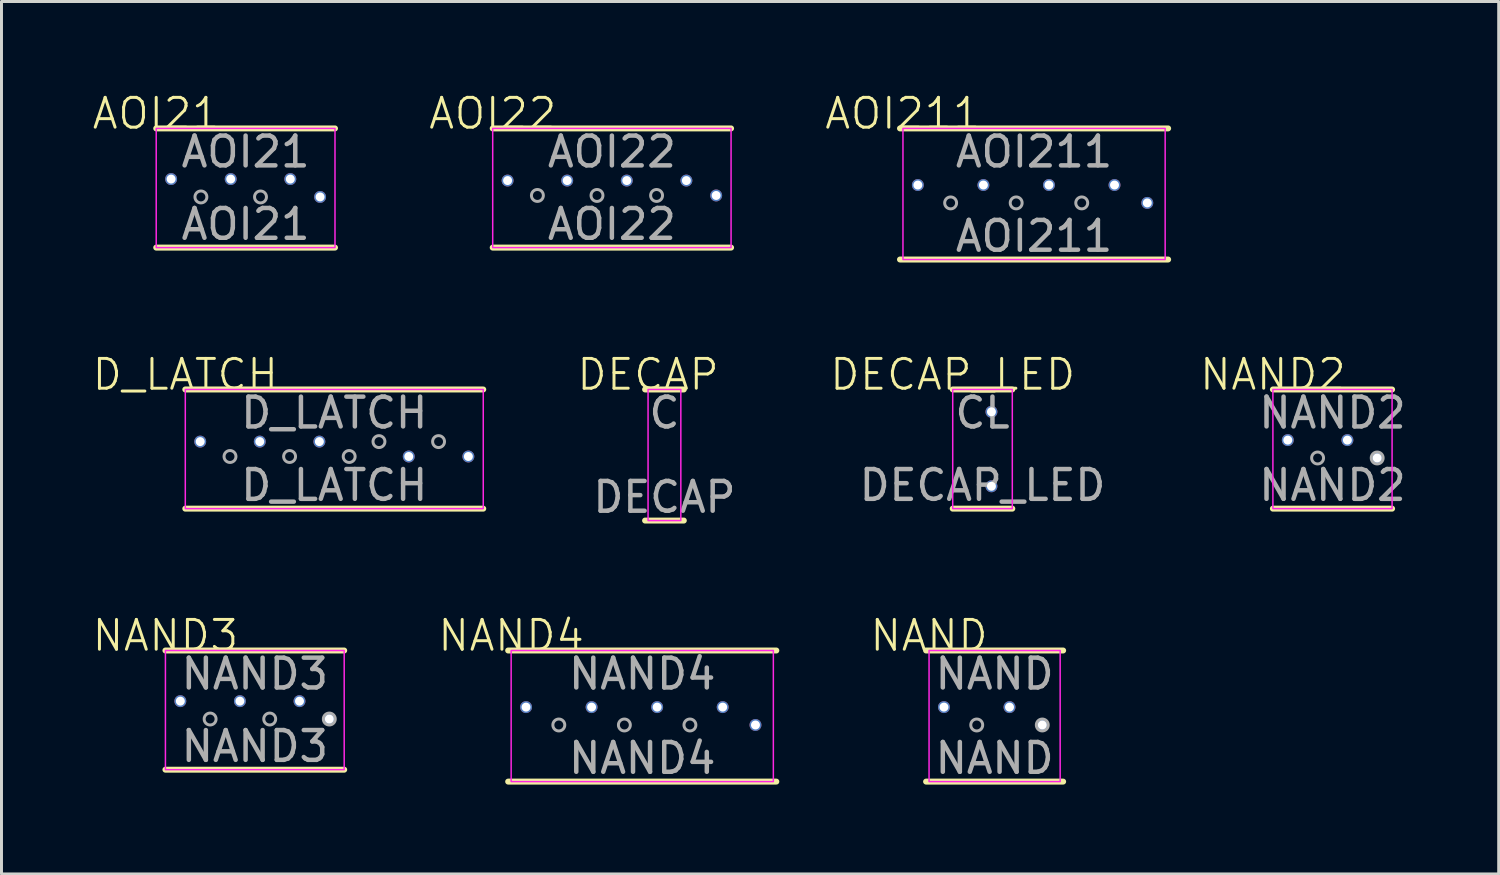
<source format=kicad_pcb>
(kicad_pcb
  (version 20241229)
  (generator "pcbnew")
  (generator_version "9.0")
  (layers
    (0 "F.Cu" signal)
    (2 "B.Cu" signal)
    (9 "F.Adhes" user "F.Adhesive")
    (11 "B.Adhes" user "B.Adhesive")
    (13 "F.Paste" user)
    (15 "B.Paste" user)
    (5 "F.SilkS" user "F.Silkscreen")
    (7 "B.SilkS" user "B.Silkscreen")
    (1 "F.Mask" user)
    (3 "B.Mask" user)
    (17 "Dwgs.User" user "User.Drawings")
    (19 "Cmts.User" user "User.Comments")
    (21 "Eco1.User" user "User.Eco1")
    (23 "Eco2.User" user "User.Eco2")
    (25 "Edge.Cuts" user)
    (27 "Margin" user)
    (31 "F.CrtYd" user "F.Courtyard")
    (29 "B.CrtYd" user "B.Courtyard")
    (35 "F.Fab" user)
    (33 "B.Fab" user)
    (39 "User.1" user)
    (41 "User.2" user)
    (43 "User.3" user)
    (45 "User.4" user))
  (footprint "AOI21"
    (layer "F.Cu")
    (at 2.193 1.26)
    (property "Reference" "AOI21" (at 0 -0.5 0) (unlocked yes) (layer "F.SilkS") (effects (font (size 1 1) (thickness 0.1))))
    (attr smd)
    (fp_line (start 0 0) (end 6 0) (stroke (width 0.2) (type solid)) (layer "F.SilkS"))
    (fp_line (start 0 4) (end 6 4) (stroke (width 0.2) (type solid)) (layer "F.SilkS"))
    (fp_rect (start 0 0) (end 6 4) (stroke (width 0.05) (type solid)) (fill no) (layer "F.CrtYd"))
    (fp_circle (center 1.5 2.3) (end 1.7 2.3) (stroke (width 0.1) (type default)) (fill no) (layer "F.Fab"))
    (fp_circle (center 3.5 2.3) (end 3.7 2.3) (stroke (width 0.1) (type solid)) (fill no) (layer "F.Fab"))
    (fp_text user "AOI21" (at 3 0.2 0) (unlocked yes) (layer "F.Fab") (effects (font (size 1 1) (thickness 0.15)) (justify top)))
    (fp_text user "${REFERENCE}" (at 3 3.8 0) (unlocked yes) (layer "F.Fab") (effects (font (size 1 1) (thickness 0.15)) (justify bottom)))
    (pad "A" thru_hole circle (at 0.5 1.7) (size 0.4 0.4) (drill 0.3) (layers "*.Cu" "*.Mask"))
    (pad "B1" thru_hole circle (at 2.5 1.7) (size 0.4 0.4) (drill 0.3) (layers "*.Cu" "*.Mask"))
    (pad "B2" thru_hole circle (at 4.5 1.7) (size 0.4 0.4) (drill 0.3) (layers "*.Cu" "*.Mask"))
    (pad "Y" thru_hole circle (at 5.5 2.3) (size 0.4 0.4) (drill 0.3) (layers "*.Cu" "*.Mask")))
  (footprint "AOI22"
    (layer "F.Cu")
    (at 13.486 1.26)
    (property "Reference" "AOI22" (at 0 -0.5 0) (unlocked yes) (layer "F.SilkS") (effects (font (size 1 1) (thickness 0.1))))
    (attr smd)
    (fp_line (start 0 0) (end 8 0) (stroke (width 0.2) (type solid)) (layer "F.SilkS"))
    (fp_line (start 0 4) (end 8 4) (stroke (width 0.2) (type solid)) (layer "F.SilkS"))
    (fp_rect (start 0 0) (end 8 4) (stroke (width 0.05) (type solid)) (fill no) (layer "F.CrtYd"))
    (fp_circle (center 1.5 2.25) (end 1.7 2.25) (stroke (width 0.1) (type solid)) (fill no) (layer "F.Fab"))
    (fp_circle (center 3.5 2.25) (end 3.7 2.25) (stroke (width 0.1) (type solid)) (fill no) (layer "F.Fab"))
    (fp_circle (center 5.5 2.25) (end 5.7 2.25) (stroke (width 0.1) (type solid)) (fill no) (layer "F.Fab"))
    (fp_text user "${REFERENCE}" (at 4 3.8 0) (unlocked yes) (layer "F.Fab") (effects (font (size 1 1) (thickness 0.15)) (justify bottom)))
    (fp_text user "AOI22" (at 4 0.2 0) (unlocked yes) (layer "F.Fab") (effects (font (size 1 1) (thickness 0.15)) (justify top)))
    (pad "A1" thru_hole circle (at 0.5 1.75) (size 0.4 0.4) (drill 0.3) (layers "*.Cu" "*.Mask"))
    (pad "A2" thru_hole circle (at 2.5 1.75) (size 0.4 0.4) (drill 0.3) (layers "*.Cu" "*.Mask"))
    (pad "B1" thru_hole circle (at 4.5 1.75) (size 0.4 0.4) (drill 0.3) (layers "*.Cu" "*.Mask"))
    (pad "B2" thru_hole circle (at 6.5 1.75) (size 0.4 0.4) (drill 0.3) (layers "*.Cu" "*.Mask"))
    (pad "Y" thru_hole circle (at 7.5 2.25) (size 0.4 0.4) (drill 0.3) (layers "*.Cu" "*.Mask")))
  (footprint "NAND4"
    (layer "F.Cu")
    (at 14.105 18.782)
    (property "Reference" "NAND4" (at 0 -0.5 0) (unlocked yes) (layer "F.SilkS") (effects (font (size 1 1) (thickness 0.1))))
    (attr smd)
    (fp_line (start -0.1 0) (end 8.9 0) (stroke (width 0.2) (type solid)) (layer "F.SilkS"))
    (fp_line (start -0.1 4.4) (end 8.9 4.4) (stroke (width 0.2) (type solid)) (layer "F.SilkS"))
    (fp_rect (start 0 0) (end 8.8 4.4) (stroke (width 0.05) (type solid)) (fill no) (layer "F.CrtYd"))
    (fp_circle (center 1.6 2.5) (end 1.8 2.5) (stroke (width 0.1) (type default)) (fill no) (layer "F.Fab"))
    (fp_circle (center 3.8 2.5) (end 4 2.5) (stroke (width 0.1) (type solid)) (fill no) (layer "F.Fab"))
    (fp_circle (center 6 2.5) (end 6.2 2.5) (stroke (width 0.1) (type solid)) (fill no) (layer "F.Fab"))
    (fp_text user "NAND4" (at 4.4 0.2 0) (unlocked yes) (layer "F.Fab") (effects (font (size 1 1) (thickness 0.15)) (justify top)))
    (fp_text user "${REFERENCE}" (at 4.4 4.2 0) (unlocked yes) (layer "F.Fab") (effects (font (size 1 1) (thickness 0.15)) (justify bottom)))
    (pad "A1" thru_hole circle (at 0.5 1.9) (size 0.4 0.4) (drill 0.3) (layers "*.Cu" "*.Mask"))
    (pad "A2" thru_hole circle (at 2.7 1.9) (size 0.4 0.4) (drill 0.3) (layers "*.Cu" "*.Mask"))
    (pad "A3" thru_hole circle (at 4.9 1.9) (size 0.4 0.4) (drill 0.3) (layers "*.Cu" "*.Mask"))
    (pad "A4" thru_hole circle (at 7.1 1.9) (size 0.4 0.4) (drill 0.3) (layers "*.Cu" "*.Mask"))
    (pad "Y" thru_hole circle (at 8.2 2.5) (size 0.4 0.4) (drill 0.3) (layers "*.Cu" "*.Mask")))
  (footprint "DECAP_LED"
    (layer "F.Cu")
    (at 28.925 10.021)
    (property "Reference" "DECAP_LED" (at 0 -0.5 0) (unlocked yes) (layer "F.SilkS") (effects (font (size 1 1) (thickness 0.1))))
    (attr smd)
    (fp_line (start 0 0) (end 2 0) (stroke (width 0.2) (type solid)) (layer "F.SilkS"))
    (fp_line (start 0 4) (end 2 4) (stroke (width 0.2) (type solid)) (layer "F.SilkS"))
    (fp_rect (start 0 0) (end 2 4) (stroke (width 0.05) (type solid)) (fill no) (layer "F.CrtYd"))
    (fp_text user "CL" (at 1 0.2 0) (unlocked yes) (layer "F.Fab") (effects (font (size 1 1) (thickness 0.15)) (justify top)))
    (fp_text user "${REFERENCE}" (at 1 3.8 0) (unlocked yes) (layer "F.Fab") (effects (font (size 1 1) (thickness 0.15)) (justify bottom)))
    (pad "A" thru_hole circle (at 1.3 0.75) (size 0.4 0.4) (drill 0.3) (layers "*.Cu" "*.Mask"))
    (pad "LED_GND" thru_hole circle (at 1.3 3.25) (size 0.4 0.4) (drill 0.3) (layers "*.Cu" "*.Mask")))
  (footprint "NAND2"
    (layer "F.Cu")
    (at 39.671 10.021)
    (property "Reference" "NAND2" (at 0 -0.5 0) (unlocked yes) (layer "F.SilkS") (effects (font (size 1 1) (thickness 0.1))))
    (attr smd)
    (fp_line (start 0 0) (end 4 0) (stroke (width 0.2) (type default)) (layer "F.SilkS"))
    (fp_line (start 0 4) (end 4 4) (stroke (width 0.2) (type default)) (layer "F.SilkS"))
    (fp_rect (start 0 0) (end 4 4) (stroke (width 0.05) (type default)) (fill no) (layer "F.CrtYd"))
    (fp_circle (center 1.5 2.3) (end 1.7 2.3) (stroke (width 0.1) (type default)) (fill no) (layer "F.Fab"))
    (fp_circle (center 3.5 2.3) (end 3.7 2.3) (stroke (width 0.1) (type solid)) (fill no) (layer "F.Fab"))
    (fp_text user "NAND2" (at 2 0.2 0) (unlocked yes) (layer "F.Fab") (effects (font (size 1 1) (thickness 0.15)) (justify top)))
    (fp_text user "${REFERENCE}" (at 2 3.8 0) (unlocked yes) (layer "F.Fab") (effects (font (size 1 1) (thickness 0.15)) (justify bottom)))
    (pad "A1" thru_hole circle (at 0.5 1.7) (size 0.4 0.4) (drill 0.3) (layers "*.Cu" "*.Mask"))
    (pad "A2" thru_hole circle (at 2.5 1.7) (size 0.4 0.4) (drill 0.3) (layers "*.Cu" "*.Mask"))
    (pad "Y" thru_hole circle (at 3.5 2.3) (size 0.4 0.4) (drill 0.3) (layers "*.Cu" "*.Mask")))
  (footprint "NAND"
    (layer "F.Cu")
    (at 28.131 18.782)
    (property "Reference" "NAND" (at 0 -0.5 0) (unlocked yes) (layer "F.SilkS") (effects (font (size 1 1) (thickness 0.1))))
    (attr smd)
    (fp_line (start -0.1 0) (end 4.5 0) (stroke (width 0.2) (type default)) (layer "F.SilkS"))
    (fp_line (start -0.1 4.4) (end 4.5 4.4) (stroke (width 0.2) (type default)) (layer "F.SilkS"))
    (fp_rect (start 0 0) (end 4.4 4.4) (stroke (width 0.05) (type default)) (fill no) (layer "F.CrtYd"))
    (fp_circle (center 1.6 2.5) (end 1.8 2.5) (stroke (width 0.1) (type default)) (fill no) (layer "F.Fab"))
    (fp_circle (center 3.8 2.5) (end 4 2.5) (stroke (width 0.1) (type solid)) (fill no) (layer "F.Fab"))
    (fp_text user "NAND" (at 2.2 0.2 0) (unlocked yes) (layer "F.Fab") (effects (font (size 1 1) (thickness 0.15)) (justify top)))
    (fp_text user "${REFERENCE}" (at 2.2 4.2 0) (unlocked yes) (layer "F.Fab") (effects (font (size 1 1) (thickness 0.15)) (justify bottom)))
    (pad "A" thru_hole circle (at 0.5 1.9) (size 0.4 0.4) (drill 0.3) (layers "*.Cu" "*.Mask"))
    (pad "B" thru_hole circle (at 2.7 1.9) (size 0.4 0.4) (drill 0.3) (layers "*.Cu" "*.Mask"))
    (pad "Y" thru_hole circle (at 3.8 2.5) (size 0.4 0.4) (drill 0.3) (layers "*.Cu" "*.Mask")))
  (footprint "AOI211"
    (layer "F.Cu")
    (at 27.255 1.26)
    (property "Reference" "AOI211" (at 0 -0.5 0) (unlocked yes) (layer "F.SilkS") (effects (font (size 1 1) (thickness 0.1))))
    (attr smd)
    (fp_line (start -0.1 0) (end 8.9 0) (stroke (width 0.2) (type solid)) (layer "F.SilkS"))
    (fp_line (start -0.1 4.4) (end 8.9 4.4) (stroke (width 0.2) (type solid)) (layer "F.SilkS"))
    (fp_rect (start 0 0) (end 8.8 4.4) (stroke (width 0.05) (type solid)) (fill no) (layer "F.CrtYd"))
    (fp_circle (center 1.6 2.5) (end 1.8 2.5) (stroke (width 0.1) (type solid)) (fill no) (layer "F.Fab"))
    (fp_circle (center 3.8 2.5) (end 4 2.5) (stroke (width 0.1) (type solid)) (fill no) (layer "F.Fab"))
    (fp_circle (center 6 2.5) (end 6.2 2.5) (stroke (width 0.1) (type solid)) (fill no) (layer "F.Fab"))
    (fp_text user "AOI211" (at 4.4 0.2 0) (unlocked yes) (layer "F.Fab") (effects (font (size 1 1) (thickness 0.15)) (justify top)))
    (fp_text user "${REFERENCE}" (at 4.4 4.2 0) (unlocked yes) (layer "F.Fab") (effects (font (size 1 1) (thickness 0.15)) (justify bottom)))
    (pad "A" thru_hole circle (at 0.5 1.9) (size 0.4 0.4) (drill 0.3) (layers "*.Cu" "*.Mask"))
    (pad "B" thru_hole circle (at 2.7 1.9) (size 0.4 0.4) (drill 0.3) (layers "*.Cu" "*.Mask"))
    (pad "C1" thru_hole circle (at 4.9 1.9) (size 0.4 0.4) (drill 0.3) (layers "*.Cu" "*.Mask"))
    (pad "C2" thru_hole circle (at 7.1 1.9) (size 0.4 0.4) (drill 0.3) (layers "*.Cu" "*.Mask"))
    (pad "Y" thru_hole circle (at 8.2 2.5) (size 0.4 0.4) (drill 0.3) (layers "*.Cu" "*.Mask")))
  (footprint "D_LATCH"
    (layer "F.Cu")
    (at 3.169 10.021)
    (property "Reference" "D_LATCH" (at 0 -0.5 0) (unlocked yes) (layer "F.SilkS") (effects (font (size 1 1) (thickness 0.1))))
    (attr smd)
    (fp_line (start 0 0) (end 10 0) (stroke (width 0.2) (type solid)) (layer "F.SilkS"))
    (fp_line (start 0 4) (end 10 4) (stroke (width 0.2) (type solid)) (layer "F.SilkS"))
    (fp_rect (start 0 0) (end 10 4) (stroke (width 0.05) (type solid)) (fill no) (layer "F.CrtYd"))
    (fp_circle (center 1.5 2.25) (end 1.7 2.25) (stroke (width 0.1) (type default)) (fill no) (layer "F.Fab"))
    (fp_circle (center 3.5 2.25) (end 3.7 2.25) (stroke (width 0.1) (type solid)) (fill no) (layer "F.Fab"))
    (fp_circle (center 5.5 2.25) (end 5.7 2.25) (stroke (width 0.1) (type solid)) (fill no) (layer "F.Fab"))
    (fp_circle (center 6.5 1.75) (end 6.7 1.75) (stroke (width 0.1) (type solid)) (fill no) (layer "F.Fab"))
    (fp_circle (center 8.5 1.75) (end 8.7 1.75) (stroke (width 0.1) (type solid)) (fill no) (layer "F.Fab"))
    (fp_text user "D_LATCH" (at 5 0.2 0) (unlocked yes) (layer "F.Fab") (effects (font (size 1 1) (thickness 0.15)) (justify top)))
    (fp_text user "${REFERENCE}" (at 5 3.8 0) (unlocked yes) (layer "F.Fab") (effects (font (size 1 1) (thickness 0.15)) (justify bottom)))
    (pad "CLK" thru_hole circle (at 2.5 1.75) (size 0.4 0.4) (drill 0.3) (layers "*.Cu" "*.Mask"))
    (pad "D" thru_hole circle (at 0.5 1.75) (size 0.4 0.4) (drill 0.3) (layers "*.Cu" "*.Mask"))
    (pad "Q" thru_hole circle (at 9.5 2.25) (size 0.4 0.4) (drill 0.3) (layers "*.Cu" "*.Mask"))
    (pad "nCLK" thru_hole circle (at 4.5 1.75) (size 0.4 0.4) (drill 0.3) (layers "*.Cu" "*.Mask"))
    (pad "nQ" thru_hole circle (at 7.5 2.25) (size 0.4 0.4) (drill 0.3) (layers "*.Cu" "*.Mask")))
  (footprint "NAND3"
    (layer "F.Cu")
    (at 2.502 18.782)
    (property "Reference" "NAND3" (at 0 -0.5 0) (unlocked yes) (layer "F.SilkS") (effects (font (size 1 1) (thickness 0.1))))
    (attr smd)
    (fp_line (start 0 0) (end 6 0) (stroke (width 0.2) (type solid)) (layer "F.SilkS"))
    (fp_line (start 0 4) (end 6 4) (stroke (width 0.2) (type solid)) (layer "F.SilkS"))
    (fp_rect (start 0 0) (end 6 4) (stroke (width 0.05) (type solid)) (fill no) (layer "F.CrtYd"))
    (fp_circle (center 1.5 2.3) (end 1.7 2.3) (stroke (width 0.1) (type default)) (fill no) (layer "F.Fab"))
    (fp_circle (center 3.5 2.3) (end 3.7 2.3) (stroke (width 0.1) (type solid)) (fill no) (layer "F.Fab"))
    (fp_circle (center 5.5 2.3) (end 5.7 2.3) (stroke (width 0.1) (type solid)) (fill no) (layer "F.Fab"))
    (fp_text user "${REFERENCE}" (at 3 3.8 0) (unlocked yes) (layer "F.Fab") (effects (font (size 1 1) (thickness 0.15)) (justify bottom)))
    (fp_text user "NAND3" (at 3 0.2 0) (unlocked yes) (layer "F.Fab") (effects (font (size 1 1) (thickness 0.15)) (justify top)))
    (pad "A1" thru_hole circle (at 0.5 1.7) (size 0.4 0.4) (drill 0.3) (layers "*.Cu" "*.Mask"))
    (pad "A2" thru_hole circle (at 2.5 1.7) (size 0.4 0.4) (drill 0.3) (layers "*.Cu" "*.Mask"))
    (pad "A3" thru_hole circle (at 4.5 1.7) (size 0.4 0.4) (drill 0.3) (layers "*.Cu" "*.Mask"))
    (pad "Y" thru_hole circle (at 5.5 2.3) (size 0.4 0.4) (drill 0.3) (layers "*.Cu" "*.Mask")))
  (footprint "DECAP"
    (layer "F.Cu")
    (at 18.7 10.021)
    (property "Reference" "DECAP" (at 0 -0.5 0) (unlocked yes) (layer "F.SilkS") (effects (font (size 1 1) (thickness 0.1))))
    (attr smd)
    (fp_line (start -0.1 0) (end 1.2 0) (stroke (width 0.2) (type solid)) (layer "F.SilkS"))
    (fp_line (start -0.1 4.4) (end 1.2 4.4) (stroke (width 0.2) (type solid)) (layer "F.SilkS"))
    (fp_rect (start 0 0) (end 1.1 4.4) (stroke (width 0.05) (type solid)) (fill no) (layer "F.CrtYd"))
    (fp_text user "${REFERENCE}" (at 0.55 4.2 0) (unlocked yes) (layer "F.Fab") (effects (font (size 1 1) (thickness 0.15)) (justify bottom)))
    (fp_text user "C" (at 0.55 0.2 0) (unlocked yes) (layer "F.Fab") (effects (font (size 1 1) (thickness 0.15)) (justify top))))
  (gr_rect
    (start -3 -3)
    (end 47.249 26.282)
    (stroke (width 0.1) (type default))
    (fill no)
    (layer "Edge.Cuts")))
</source>
